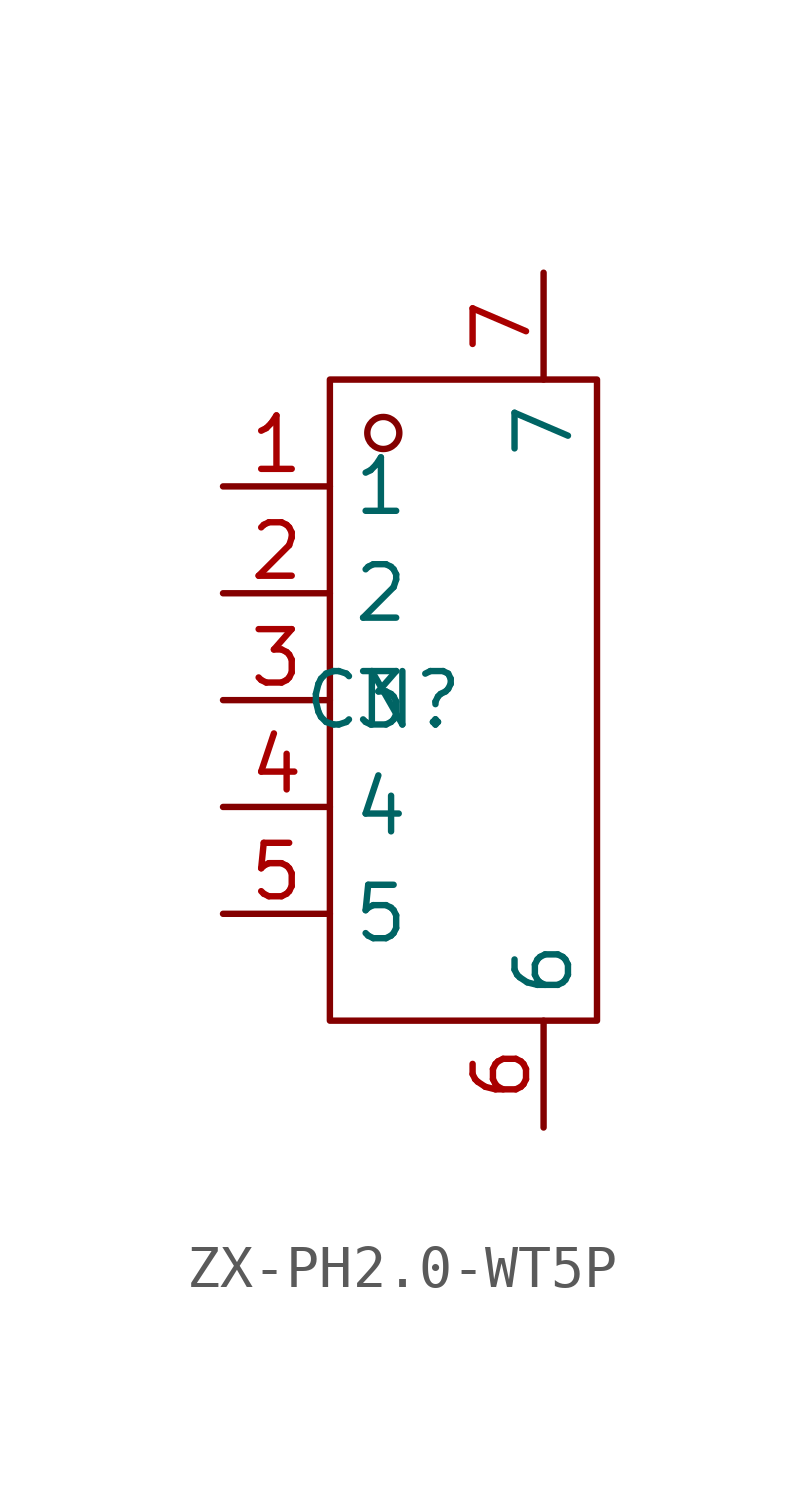
<source format=kicad_sym>
(kicad_symbol_lib
  (version 20241209)
  (generator "kicad_symbol_editor")
  (generator_version "9.0")
  (symbol "ZX-PH2.0-WT5P"
    (property "Reference" "CN"
      (at 0 0 0)
      (effects (font (size 1.27 1.27))))
    (property "Value" ""
      (at 0 0 0)
      (effects (font (size 1.27 1.27))))
    (symbol "ZX-PH2.0-WT5P_1_0"
      (rectangle (start -1.27 -7.62) (end 5.08 7.62) (stroke (width 0) (type default)) (fill (type none)))
      (circle (center 0 6.35) (radius 0.381) (stroke (width 0) (type default)) (fill (type none)))
      (pin unspecified line (at -3.81 5.08 0) (length 2.54) (name "1" (effects (font (size 1.27 1.27)))) (number "1" (effects (font (size 1.27 1.27)))))
      (pin unspecified line (at -3.81 2.54 0) (length 2.54) (name "2" (effects (font (size 1.27 1.27)))) (number "2" (effects (font (size 1.27 1.27)))))
      (pin unspecified line (at -3.81 0 0) (length 2.54) (name "3" (effects (font (size 1.27 1.27)))) (number "3" (effects (font (size 1.27 1.27)))))
      (pin unspecified line (at -3.81 -2.54 0) (length 2.54) (name "4" (effects (font (size 1.27 1.27)))) (number "4" (effects (font (size 1.27 1.27)))))
      (pin unspecified line (at -3.81 -5.08 0) (length 2.54) (name "5" (effects (font (size 1.27 1.27)))) (number "5" (effects (font (size 1.27 1.27)))))
      (pin unspecified line (at 3.81 10.16 270) (length 2.54) (name "7" (effects (font (size 1.27 1.27)))) (number "7" (effects (font (size 1.27 1.27)))))
      (pin unspecified line (at 3.81 -10.16 90) (length 2.54) (name "6" (effects (font (size 1.27 1.27)))) (number "6" (effects (font (size 1.27 1.27))))))))
</source>
